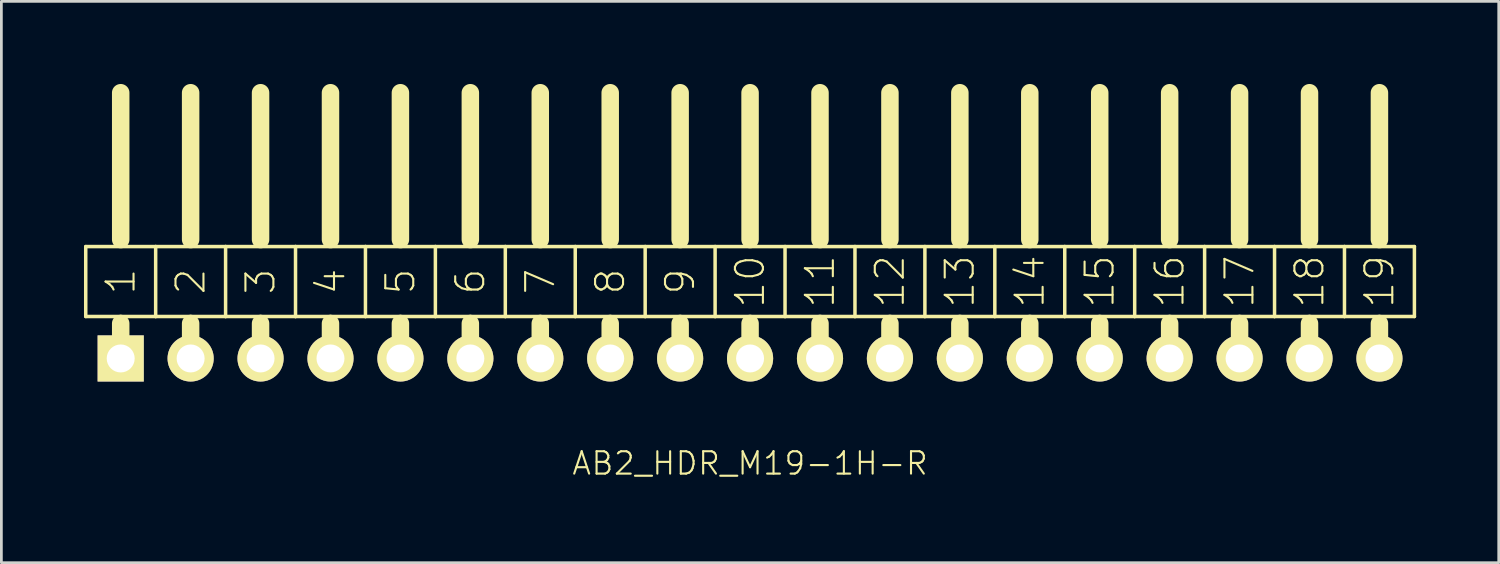
<source format=kicad_pcb>
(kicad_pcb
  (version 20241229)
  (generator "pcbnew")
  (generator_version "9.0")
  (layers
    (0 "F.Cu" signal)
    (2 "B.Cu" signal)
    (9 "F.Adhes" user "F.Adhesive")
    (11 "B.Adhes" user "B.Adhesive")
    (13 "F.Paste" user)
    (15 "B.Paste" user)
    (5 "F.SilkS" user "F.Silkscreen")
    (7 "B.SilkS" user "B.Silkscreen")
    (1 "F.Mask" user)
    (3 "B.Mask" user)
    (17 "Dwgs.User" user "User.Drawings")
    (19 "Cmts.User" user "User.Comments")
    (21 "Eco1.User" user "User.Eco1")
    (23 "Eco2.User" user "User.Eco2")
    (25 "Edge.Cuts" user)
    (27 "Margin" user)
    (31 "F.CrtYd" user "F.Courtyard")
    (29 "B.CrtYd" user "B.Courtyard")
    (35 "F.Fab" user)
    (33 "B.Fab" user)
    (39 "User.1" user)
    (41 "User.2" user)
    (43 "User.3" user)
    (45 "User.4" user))
  (footprint "AB2_HDR_M19-1H-R"
    (layer "F.Cu")
    (at 24.194 9.97)
    (property "Reference" "AB2_HDR_M19-1H-R" (at 0 3.81 0) (layer "F.SilkS") (effects (font (size 0.813 0.813) (thickness 0.076))))
    (attr through_hole)
    (fp_line (start -24.13 -4.064) (end -24.13 -1.524) (stroke (width 0.127) (type solid)) (layer "F.SilkS"))
    (fp_line (start -24.13 -1.524) (end -22.86 -1.524) (stroke (width 0.127) (type solid)) (layer "F.SilkS"))
    (fp_line (start -22.86 -4.318) (end -22.86 -9.652) (stroke (width 0.635) (type solid)) (layer "F.SilkS"))
    (fp_line (start -22.86 -1.524) (end -21.59 -1.524) (stroke (width 0.127) (type solid)) (layer "F.SilkS"))
    (fp_line (start -22.86 -1.27) (end -22.86 0) (stroke (width 0.635) (type solid)) (layer "F.SilkS"))
    (fp_line (start -21.59 -4.064) (end -24.13 -4.064) (stroke (width 0.127) (type solid)) (layer "F.SilkS"))
    (fp_line (start -21.59 -1.524) (end -21.59 -4.064) (stroke (width 0.127) (type solid)) (layer "F.SilkS"))
    (fp_line (start -21.59 -1.524) (end -20.32 -1.524) (stroke (width 0.127) (type solid)) (layer "F.SilkS"))
    (fp_line (start -20.32 -4.318) (end -20.32 -9.652) (stroke (width 0.635) (type solid)) (layer "F.SilkS"))
    (fp_line (start -20.32 -1.524) (end -19.05 -1.524) (stroke (width 0.127) (type solid)) (layer "F.SilkS"))
    (fp_line (start -20.32 -1.27) (end -20.32 0) (stroke (width 0.635) (type solid)) (layer "F.SilkS"))
    (fp_line (start -19.05 -4.064) (end -21.59 -4.064) (stroke (width 0.127) (type solid)) (layer "F.SilkS"))
    (fp_line (start -19.05 -1.524) (end -19.05 -4.064) (stroke (width 0.127) (type solid)) (layer "F.SilkS"))
    (fp_line (start -19.05 -1.524) (end -17.78 -1.524) (stroke (width 0.127) (type solid)) (layer "F.SilkS"))
    (fp_line (start -17.78 -4.318) (end -17.78 -9.652) (stroke (width 0.635) (type solid)) (layer "F.SilkS"))
    (fp_line (start -17.78 -1.524) (end -16.51 -1.524) (stroke (width 0.127) (type solid)) (layer "F.SilkS"))
    (fp_line (start -17.78 -1.27) (end -17.78 0) (stroke (width 0.635) (type solid)) (layer "F.SilkS"))
    (fp_line (start -16.51 -4.064) (end -19.05 -4.064) (stroke (width 0.127) (type solid)) (layer "F.SilkS"))
    (fp_line (start -16.51 -1.524) (end -16.51 -4.064) (stroke (width 0.127) (type solid)) (layer "F.SilkS"))
    (fp_line (start -16.51 -1.524) (end -15.24 -1.524) (stroke (width 0.127) (type solid)) (layer "F.SilkS"))
    (fp_line (start -15.24 -4.318) (end -15.24 -9.652) (stroke (width 0.635) (type solid)) (layer "F.SilkS"))
    (fp_line (start -15.24 -1.524) (end -13.97 -1.524) (stroke (width 0.127) (type solid)) (layer "F.SilkS"))
    (fp_line (start -15.24 -1.27) (end -15.24 0) (stroke (width 0.635) (type solid)) (layer "F.SilkS"))
    (fp_line (start -13.97 -4.064) (end -16.51 -4.064) (stroke (width 0.127) (type solid)) (layer "F.SilkS"))
    (fp_line (start -13.97 -1.524) (end -13.97 -4.064) (stroke (width 0.127) (type solid)) (layer "F.SilkS"))
    (fp_line (start -13.97 -1.524) (end -12.7 -1.524) (stroke (width 0.127) (type solid)) (layer "F.SilkS"))
    (fp_line (start -12.7 -4.318) (end -12.7 -9.652) (stroke (width 0.635) (type solid)) (layer "F.SilkS"))
    (fp_line (start -12.7 -1.524) (end -11.43 -1.524) (stroke (width 0.127) (type solid)) (layer "F.SilkS"))
    (fp_line (start -12.7 -1.27) (end -12.7 0) (stroke (width 0.635) (type solid)) (layer "F.SilkS"))
    (fp_line (start -11.43 -4.064) (end -13.97 -4.064) (stroke (width 0.127) (type solid)) (layer "F.SilkS"))
    (fp_line (start -11.43 -1.524) (end -11.43 -4.064) (stroke (width 0.127) (type solid)) (layer "F.SilkS"))
    (fp_line (start -11.43 -1.524) (end -10.16 -1.524) (stroke (width 0.127) (type solid)) (layer "F.SilkS"))
    (fp_line (start -10.16 -4.318) (end -10.16 -9.652) (stroke (width 0.635) (type solid)) (layer "F.SilkS"))
    (fp_line (start -10.16 -1.524) (end -8.89 -1.524) (stroke (width 0.127) (type solid)) (layer "F.SilkS"))
    (fp_line (start -10.16 -1.27) (end -10.16 0) (stroke (width 0.635) (type solid)) (layer "F.SilkS"))
    (fp_line (start -8.89 -4.064) (end -11.43 -4.064) (stroke (width 0.127) (type solid)) (layer "F.SilkS"))
    (fp_line (start -8.89 -1.524) (end -8.89 -4.064) (stroke (width 0.127) (type solid)) (layer "F.SilkS"))
    (fp_line (start -8.89 -1.524) (end -7.62 -1.524) (stroke (width 0.127) (type solid)) (layer "F.SilkS"))
    (fp_line (start -7.62 -4.318) (end -7.62 -9.652) (stroke (width 0.635) (type solid)) (layer "F.SilkS"))
    (fp_line (start -7.62 -1.524) (end -6.35 -1.524) (stroke (width 0.127) (type solid)) (layer "F.SilkS"))
    (fp_line (start -7.62 -1.27) (end -7.62 0) (stroke (width 0.635) (type solid)) (layer "F.SilkS"))
    (fp_line (start -6.35 -4.064) (end -8.89 -4.064) (stroke (width 0.127) (type solid)) (layer "F.SilkS"))
    (fp_line (start -6.35 -1.524) (end -6.35 -4.064) (stroke (width 0.127) (type solid)) (layer "F.SilkS"))
    (fp_line (start -6.35 -1.524) (end -5.08 -1.524) (stroke (width 0.127) (type solid)) (layer "F.SilkS"))
    (fp_line (start -5.08 -4.318) (end -5.08 -9.652) (stroke (width 0.635) (type solid)) (layer "F.SilkS"))
    (fp_line (start -5.08 -1.524) (end -3.81 -1.524) (stroke (width 0.127) (type solid)) (layer "F.SilkS"))
    (fp_line (start -5.08 -1.27) (end -5.08 0) (stroke (width 0.635) (type solid)) (layer "F.SilkS"))
    (fp_line (start -3.81 -4.064) (end -6.35 -4.064) (stroke (width 0.127) (type solid)) (layer "F.SilkS"))
    (fp_line (start -3.81 -1.524) (end -3.81 -4.064) (stroke (width 0.127) (type solid)) (layer "F.SilkS"))
    (fp_line (start -3.81 -1.524) (end -2.54 -1.524) (stroke (width 0.127) (type solid)) (layer "F.SilkS"))
    (fp_line (start -2.54 -4.318) (end -2.54 -9.652) (stroke (width 0.635) (type solid)) (layer "F.SilkS"))
    (fp_line (start -2.54 -1.524) (end -1.27 -1.524) (stroke (width 0.127) (type solid)) (layer "F.SilkS"))
    (fp_line (start -2.54 -1.27) (end -2.54 0) (stroke (width 0.635) (type solid)) (layer "F.SilkS"))
    (fp_line (start -1.27 -4.064) (end -3.81 -4.064) (stroke (width 0.127) (type solid)) (layer "F.SilkS"))
    (fp_line (start -1.27 -1.524) (end -1.27 -4.064) (stroke (width 0.127) (type solid)) (layer "F.SilkS"))
    (fp_line (start -1.27 -1.524) (end 0 -1.524) (stroke (width 0.127) (type solid)) (layer "F.SilkS"))
    (fp_line (start 0 -4.318) (end 0 -9.652) (stroke (width 0.635) (type solid)) (layer "F.SilkS"))
    (fp_line (start 0 -1.524) (end 1.27 -1.524) (stroke (width 0.127) (type solid)) (layer "F.SilkS"))
    (fp_line (start 0 -1.27) (end 0 0) (stroke (width 0.635) (type solid)) (layer "F.SilkS"))
    (fp_line (start 1.27 -4.064) (end -1.27 -4.064) (stroke (width 0.127) (type solid)) (layer "F.SilkS"))
    (fp_line (start 1.27 -1.524) (end 1.27 -4.064) (stroke (width 0.127) (type solid)) (layer "F.SilkS"))
    (fp_line (start 1.27 -1.524) (end 2.54 -1.524) (stroke (width 0.127) (type solid)) (layer "F.SilkS"))
    (fp_line (start 2.54 -4.318) (end 2.54 -9.652) (stroke (width 0.635) (type solid)) (layer "F.SilkS"))
    (fp_line (start 2.54 -1.524) (end 3.81 -1.524) (stroke (width 0.127) (type solid)) (layer "F.SilkS"))
    (fp_line (start 2.54 -1.27) (end 2.54 0) (stroke (width 0.635) (type solid)) (layer "F.SilkS"))
    (fp_line (start 3.81 -4.064) (end 1.27 -4.064) (stroke (width 0.127) (type solid)) (layer "F.SilkS"))
    (fp_line (start 3.81 -1.524) (end 3.81 -4.064) (stroke (width 0.127) (type solid)) (layer "F.SilkS"))
    (fp_line (start 3.81 -1.524) (end 5.08 -1.524) (stroke (width 0.127) (type solid)) (layer "F.SilkS"))
    (fp_line (start 5.08 -4.318) (end 5.08 -9.652) (stroke (width 0.635) (type solid)) (layer "F.SilkS"))
    (fp_line (start 5.08 -1.524) (end 6.35 -1.524) (stroke (width 0.127) (type solid)) (layer "F.SilkS"))
    (fp_line (start 5.08 -1.27) (end 5.08 0) (stroke (width 0.635) (type solid)) (layer "F.SilkS"))
    (fp_line (start 6.35 -4.064) (end 3.81 -4.064) (stroke (width 0.127) (type solid)) (layer "F.SilkS"))
    (fp_line (start 6.35 -1.524) (end 6.35 -4.064) (stroke (width 0.127) (type solid)) (layer "F.SilkS"))
    (fp_line (start 6.35 -1.524) (end 7.62 -1.524) (stroke (width 0.127) (type solid)) (layer "F.SilkS"))
    (fp_line (start 7.62 -4.318) (end 7.62 -9.652) (stroke (width 0.635) (type solid)) (layer "F.SilkS"))
    (fp_line (start 7.62 -1.524) (end 8.89 -1.524) (stroke (width 0.127) (type solid)) (layer "F.SilkS"))
    (fp_line (start 7.62 -1.27) (end 7.62 0) (stroke (width 0.635) (type solid)) (layer "F.SilkS"))
    (fp_line (start 8.89 -4.064) (end 6.35 -4.064) (stroke (width 0.127) (type solid)) (layer "F.SilkS"))
    (fp_line (start 8.89 -1.524) (end 8.89 -4.064) (stroke (width 0.127) (type solid)) (layer "F.SilkS"))
    (fp_line (start 8.89 -1.524) (end 10.16 -1.524) (stroke (width 0.127) (type solid)) (layer "F.SilkS"))
    (fp_line (start 10.16 -4.318) (end 10.16 -9.652) (stroke (width 0.635) (type solid)) (layer "F.SilkS"))
    (fp_line (start 10.16 -1.524) (end 11.43 -1.524) (stroke (width 0.127) (type solid)) (layer "F.SilkS"))
    (fp_line (start 10.16 -1.27) (end 10.16 0) (stroke (width 0.635) (type solid)) (layer "F.SilkS"))
    (fp_line (start 11.43 -4.064) (end 8.89 -4.064) (stroke (width 0.127) (type solid)) (layer "F.SilkS"))
    (fp_line (start 11.43 -1.524) (end 11.43 -4.064) (stroke (width 0.127) (type solid)) (layer "F.SilkS"))
    (fp_line (start 11.43 -1.524) (end 12.7 -1.524) (stroke (width 0.127) (type solid)) (layer "F.SilkS"))
    (fp_line (start 12.7 -4.318) (end 12.7 -9.652) (stroke (width 0.635) (type solid)) (layer "F.SilkS"))
    (fp_line (start 12.7 -1.524) (end 13.97 -1.524) (stroke (width 0.127) (type solid)) (layer "F.SilkS"))
    (fp_line (start 12.7 -1.27) (end 12.7 0) (stroke (width 0.635) (type solid)) (layer "F.SilkS"))
    (fp_line (start 13.97 -4.064) (end 11.43 -4.064) (stroke (width 0.127) (type solid)) (layer "F.SilkS"))
    (fp_line (start 13.97 -1.524) (end 13.97 -4.064) (stroke (width 0.127) (type solid)) (layer "F.SilkS"))
    (fp_line (start 13.97 -1.524) (end 15.24 -1.524) (stroke (width 0.127) (type solid)) (layer "F.SilkS"))
    (fp_line (start 15.24 -4.318) (end 15.24 -9.652) (stroke (width 0.635) (type solid)) (layer "F.SilkS"))
    (fp_line (start 15.24 -1.524) (end 16.51 -1.524) (stroke (width 0.127) (type solid)) (layer "F.SilkS"))
    (fp_line (start 15.24 -1.27) (end 15.24 0) (stroke (width 0.635) (type solid)) (layer "F.SilkS"))
    (fp_line (start 16.51 -4.064) (end 13.97 -4.064) (stroke (width 0.127) (type solid)) (layer "F.SilkS"))
    (fp_line (start 16.51 -1.524) (end 16.51 -4.064) (stroke (width 0.127) (type solid)) (layer "F.SilkS"))
    (fp_line (start 16.51 -1.524) (end 17.78 -1.524) (stroke (width 0.127) (type solid)) (layer "F.SilkS"))
    (fp_line (start 17.78 -4.318) (end 17.78 -9.652) (stroke (width 0.635) (type solid)) (layer "F.SilkS"))
    (fp_line (start 17.78 -1.524) (end 19.05 -1.524) (stroke (width 0.127) (type solid)) (layer "F.SilkS"))
    (fp_line (start 17.78 -1.27) (end 17.78 0) (stroke (width 0.635) (type solid)) (layer "F.SilkS"))
    (fp_line (start 19.05 -4.064) (end 16.51 -4.064) (stroke (width 0.127) (type solid)) (layer "F.SilkS"))
    (fp_line (start 19.05 -1.524) (end 19.05 -4.064) (stroke (width 0.127) (type solid)) (layer "F.SilkS"))
    (fp_line (start 19.05 -1.524) (end 20.32 -1.524) (stroke (width 0.127) (type solid)) (layer "F.SilkS"))
    (fp_line (start 20.32 -4.318) (end 20.32 -9.652) (stroke (width 0.635) (type solid)) (layer "F.SilkS"))
    (fp_line (start 20.32 -1.524) (end 21.59 -1.524) (stroke (width 0.127) (type solid)) (layer "F.SilkS"))
    (fp_line (start 20.32 -1.27) (end 20.32 0) (stroke (width 0.635) (type solid)) (layer "F.SilkS"))
    (fp_line (start 21.59 -4.064) (end 19.05 -4.064) (stroke (width 0.127) (type solid)) (layer "F.SilkS"))
    (fp_line (start 21.59 -1.524) (end 21.59 -4.064) (stroke (width 0.127) (type solid)) (layer "F.SilkS"))
    (fp_line (start 21.59 -1.524) (end 22.86 -1.524) (stroke (width 0.127) (type solid)) (layer "F.SilkS"))
    (fp_line (start 22.86 -4.318) (end 22.86 -9.652) (stroke (width 0.635) (type solid)) (layer "F.SilkS"))
    (fp_line (start 22.86 -1.524) (end 24.13 -1.524) (stroke (width 0.127) (type solid)) (layer "F.SilkS"))
    (fp_line (start 22.86 -1.27) (end 22.86 0) (stroke (width 0.635) (type solid)) (layer "F.SilkS"))
    (fp_line (start 24.13 -4.064) (end 21.59 -4.064) (stroke (width 0.127) (type solid)) (layer "F.SilkS"))
    (fp_line (start 24.13 -1.524) (end 24.13 -4.064) (stroke (width 0.127) (type solid)) (layer "F.SilkS"))
    (fp_text user "2" (at -20.32 -2.794 90) (layer "F.SilkS") (effects (font (size 1.016 1.016) (thickness 0.076))))
    (fp_text user "13" (at 7.62 -2.794 90) (layer "F.SilkS") (effects (font (size 1.016 1.016) (thickness 0.076))))
    (fp_text user "16" (at 15.24 -2.794 90) (layer "F.SilkS") (effects (font (size 1.016 1.016) (thickness 0.076))))
    (fp_text user "4" (at -15.24 -2.794 90) (layer "F.SilkS") (effects (font (size 1.016 1.016) (thickness 0.076))))
    (fp_text user "15" (at 12.7 -2.794 90) (layer "F.SilkS") (effects (font (size 1.016 1.016) (thickness 0.076))))
    (fp_text user "18" (at 20.32 -2.794 90) (layer "F.SilkS") (effects (font (size 1.016 1.016) (thickness 0.076))))
    (fp_text user "11" (at 2.54 -2.794 90) (layer "F.SilkS") (effects (font (size 1.016 1.016) (thickness 0.076))))
    (fp_text user "12" (at 5.08 -2.794 90) (layer "F.SilkS") (effects (font (size 1.016 1.016) (thickness 0.076))))
    (fp_text user "8" (at -5.08 -2.794 90) (layer "F.SilkS") (effects (font (size 1.016 1.016) (thickness 0.076))))
    (fp_text user "5" (at -12.7 -2.794 90) (layer "F.SilkS") (effects (font (size 1.016 1.016) (thickness 0.076))))
    (fp_text user "1" (at -22.86 -2.794 270) (layer "F.SilkS") (effects (font (size 1.016 1.016) (thickness 0.076))))
    (fp_text user "6" (at -10.16 -2.794 90) (layer "F.SilkS") (effects (font (size 1.016 1.016) (thickness 0.076))))
    (fp_text user "19" (at 22.86 -2.794 90) (layer "F.SilkS") (effects (font (size 1.016 1.016) (thickness 0.076))))
    (fp_text user "17" (at 17.78 -2.794 90) (layer "F.SilkS") (effects (font (size 1.016 1.016) (thickness 0.076))))
    (fp_text user "3" (at -17.78 -2.794 90) (layer "F.SilkS") (effects (font (size 1.016 1.016) (thickness 0.076))))
    (fp_text user "9" (at -2.54 -2.794 90) (layer "F.SilkS") (effects (font (size 1.016 1.016) (thickness 0.076))))
    (fp_text user "10" (at 0 -2.794 90) (layer "F.SilkS") (effects (font (size 1.016 1.016) (thickness 0.076))))
    (fp_text user "14" (at 10.16 -2.794 90) (layer "F.SilkS") (effects (font (size 1.016 1.016) (thickness 0.076))))
    (fp_text user "7" (at -7.62 -2.794 90) (layer "F.SilkS") (effects (font (size 1.016 1.016) (thickness 0.076))))
    (pad "1" thru_hole rect (at -22.86 0) (size 1.676 1.676) (drill 1.016) (layers "*.Cu" "*.Mask" "F.SilkS"))
    (pad "2" thru_hole circle (at -20.32 0) (size 1.676 1.676) (drill 1.016) (layers "*.Cu" "*.Mask" "F.SilkS"))
    (pad "3" thru_hole circle (at -17.78 0) (size 1.676 1.676) (drill 1.016) (layers "*.Cu" "*.Mask" "F.SilkS"))
    (pad "4" thru_hole circle (at -15.24 0) (size 1.676 1.676) (drill 1.016) (layers "*.Cu" "*.Mask" "F.SilkS"))
    (pad "5" thru_hole circle (at -12.7 0) (size 1.676 1.676) (drill 1.016) (layers "*.Cu" "*.Mask" "F.SilkS"))
    (pad "6" thru_hole circle (at -10.16 0) (size 1.676 1.676) (drill 1.016) (layers "*.Cu" "*.Mask" "F.SilkS"))
    (pad "7" thru_hole circle (at -7.62 0) (size 1.676 1.676) (drill 1.016) (layers "*.Cu" "*.Mask" "F.SilkS"))
    (pad "8" thru_hole circle (at -5.08 0) (size 1.676 1.676) (drill 1.016) (layers "*.Cu" "*.Mask" "F.SilkS"))
    (pad "9" thru_hole circle (at -2.54 0) (size 1.676 1.676) (drill 1.016) (layers "*.Cu" "*.Mask" "F.SilkS"))
    (pad "10" thru_hole circle (at 0 0) (size 1.676 1.676) (drill 1.016) (layers "*.Cu" "*.Mask" "F.SilkS"))
    (pad "11" thru_hole circle (at 2.54 0) (size 1.676 1.676) (drill 1.016) (layers "*.Cu" "*.Mask" "F.SilkS"))
    (pad "12" thru_hole circle (at 5.08 0) (size 1.676 1.676) (drill 1.016) (layers "*.Cu" "*.Mask" "F.SilkS"))
    (pad "13" thru_hole circle (at 7.62 0) (size 1.676 1.676) (drill 1.016) (layers "*.Cu" "*.Mask" "F.SilkS"))
    (pad "14" thru_hole circle (at 10.16 0) (size 1.676 1.676) (drill 1.016) (layers "*.Cu" "*.Mask" "F.SilkS"))
    (pad "15" thru_hole circle (at 12.7 0) (size 1.676 1.676) (drill 1.016) (layers "*.Cu" "*.Mask" "F.SilkS"))
    (pad "16" thru_hole circle (at 15.24 0) (size 1.676 1.676) (drill 1.016) (layers "*.Cu" "*.Mask" "F.SilkS"))
    (pad "17" thru_hole circle (at 17.78 0) (size 1.676 1.676) (drill 1.016) (layers "*.Cu" "*.Mask" "F.SilkS"))
    (pad "18" thru_hole circle (at 20.32 0) (size 1.676 1.676) (drill 1.016) (layers "*.Cu" "*.Mask" "F.SilkS"))
    (pad "19" thru_hole circle (at 22.86 0) (size 1.676 1.676) (drill 1.016) (layers "*.Cu" "*.Mask" "F.SilkS")))
  (gr_rect
    (start -3 -3)
    (end 51.387 17.389)
    (stroke (width 0.1) (type default))
    (fill no)
    (layer "Edge.Cuts")))
</source>
